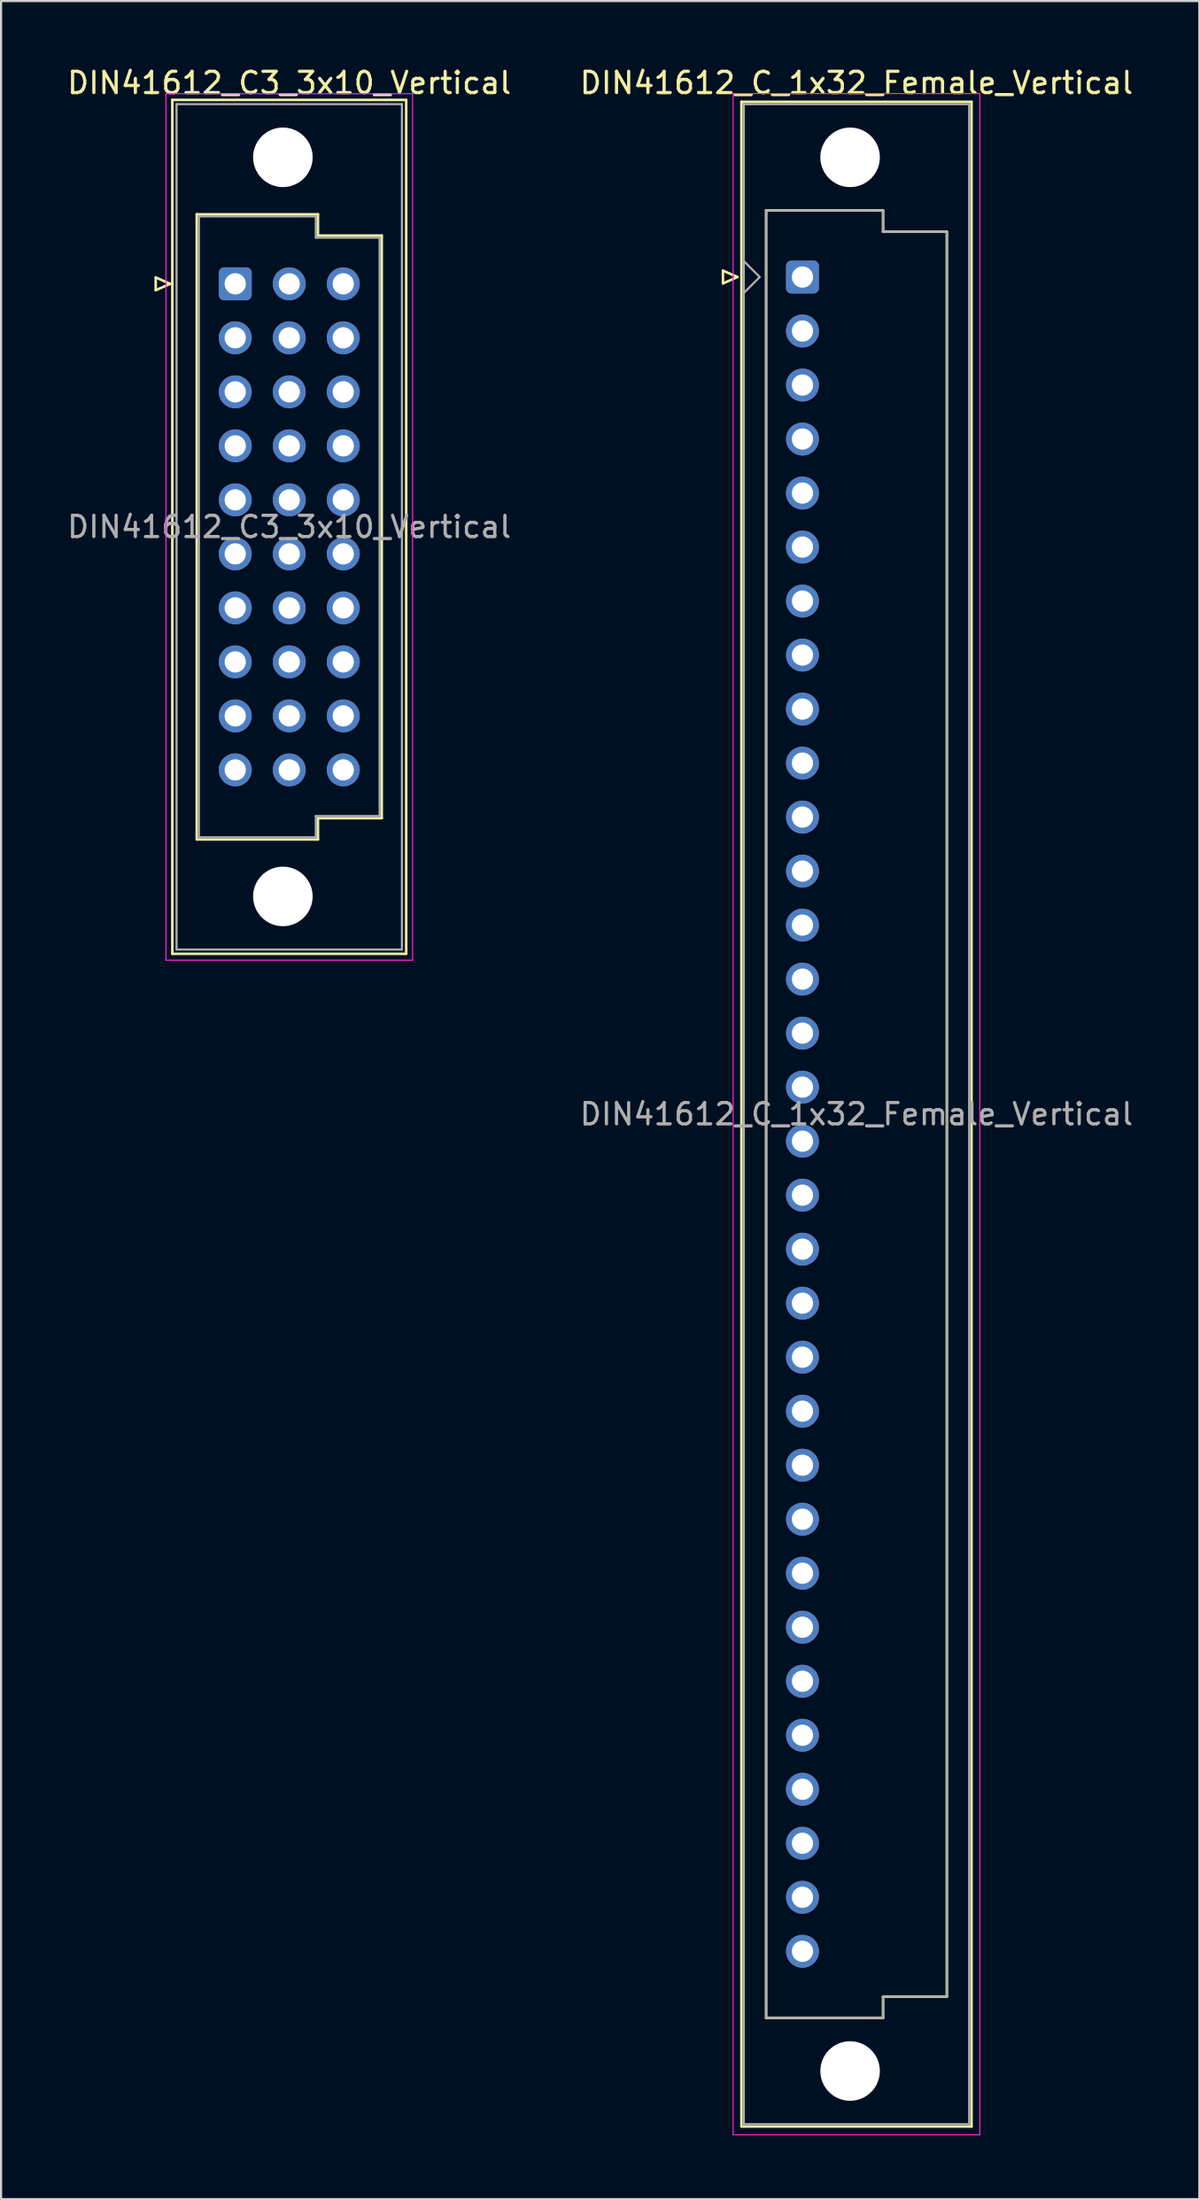
<source format=kicad_pcb>
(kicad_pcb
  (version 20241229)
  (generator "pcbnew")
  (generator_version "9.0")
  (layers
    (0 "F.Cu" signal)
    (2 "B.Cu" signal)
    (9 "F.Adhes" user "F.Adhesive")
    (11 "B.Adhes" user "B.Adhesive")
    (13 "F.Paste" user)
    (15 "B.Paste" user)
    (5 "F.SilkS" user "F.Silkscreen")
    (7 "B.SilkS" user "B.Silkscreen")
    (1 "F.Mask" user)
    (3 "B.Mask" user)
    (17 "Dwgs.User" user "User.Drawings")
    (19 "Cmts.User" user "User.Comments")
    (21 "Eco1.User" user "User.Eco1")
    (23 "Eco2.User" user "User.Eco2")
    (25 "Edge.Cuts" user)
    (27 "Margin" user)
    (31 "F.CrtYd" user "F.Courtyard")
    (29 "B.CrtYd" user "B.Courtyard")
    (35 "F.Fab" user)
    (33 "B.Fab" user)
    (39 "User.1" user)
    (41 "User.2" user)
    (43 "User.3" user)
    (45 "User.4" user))
  (footprint "DIN41612_C3_3x10_Vertical"
    (layer "F.Cu")
    (at 8.014 10.298)
    (property "Reference" "DIN41612_C3_3x10_Vertical" (at 2.54 -9.45 0) (layer "F.SilkS") (effects (font (size 1 1) (thickness 0.15))))
    (attr through_hole)
    (fp_line (start -3.74 -0.3) (end -3.74 0.3) (stroke (width 0.12) (type solid)) (layer "F.SilkS"))
    (fp_line (start -3.74 0.3) (end -3.06 0) (stroke (width 0.12) (type solid)) (layer "F.SilkS"))
    (fp_line (start -3.06 0) (end -3.74 -0.3) (stroke (width 0.12) (type solid)) (layer "F.SilkS"))
    (fp_line (start -2.96 -8.65) (end 8.04 -8.65) (stroke (width 0.12) (type solid)) (layer "F.SilkS"))
    (fp_line (start -2.96 31.51) (end -2.96 -8.65) (stroke (width 0.12) (type solid)) (layer "F.SilkS"))
    (fp_line (start -1.81 -3.27) (end 3.89 -3.27) (stroke (width 0.12) (type solid)) (layer "F.SilkS"))
    (fp_line (start -1.81 26.13) (end -1.81 -3.27) (stroke (width 0.12) (type solid)) (layer "F.SilkS"))
    (fp_line (start 3.89 -3.27) (end 3.89 -2.27) (stroke (width 0.12) (type solid)) (layer "F.SilkS"))
    (fp_line (start 3.89 -2.27) (end 6.89 -2.27) (stroke (width 0.12) (type solid)) (layer "F.SilkS"))
    (fp_line (start 3.89 25.13) (end 3.89 26.13) (stroke (width 0.12) (type solid)) (layer "F.SilkS"))
    (fp_line (start 3.89 26.13) (end -1.81 26.13) (stroke (width 0.12) (type solid)) (layer "F.SilkS"))
    (fp_line (start 6.89 -2.27) (end 6.89 25.13) (stroke (width 0.12) (type solid)) (layer "F.SilkS"))
    (fp_line (start 6.89 25.13) (end 3.89 25.13) (stroke (width 0.12) (type solid)) (layer "F.SilkS"))
    (fp_line (start 8.04 -8.65) (end 8.04 31.51) (stroke (width 0.12) (type solid)) (layer "F.SilkS"))
    (fp_line (start 8.04 31.51) (end -2.96 31.51) (stroke (width 0.12) (type solid)) (layer "F.SilkS"))
    (fp_line (start -3.26 -8.94) (end 8.34 -8.94) (stroke (width 0.05) (type solid)) (layer "F.CrtYd"))
    (fp_line (start -3.26 31.81) (end -3.26 -8.94) (stroke (width 0.05) (type solid)) (layer "F.CrtYd"))
    (fp_line (start 8.34 -8.94) (end 8.34 31.81) (stroke (width 0.05) (type solid)) (layer "F.CrtYd"))
    (fp_line (start 8.34 31.81) (end -3.26 31.81) (stroke (width 0.05) (type solid)) (layer "F.CrtYd"))
    (fp_line (start -2.76 -8.45) (end 7.84 -8.45) (stroke (width 0.1) (type solid)) (layer "F.Fab"))
    (fp_line (start -2.76 31.31) (end -2.76 -8.45) (stroke (width 0.1) (type solid)) (layer "F.Fab"))
    (fp_line (start -1.71 -3.17) (end 3.79 -3.17) (stroke (width 0.1) (type solid)) (layer "F.Fab"))
    (fp_line (start -1.71 26.03) (end -1.71 -3.17) (stroke (width 0.1) (type solid)) (layer "F.Fab"))
    (fp_line (start 3.79 -3.17) (end 3.79 -2.17) (stroke (width 0.1) (type solid)) (layer "F.Fab"))
    (fp_line (start 3.79 -2.17) (end 6.79 -2.17) (stroke (width 0.1) (type solid)) (layer "F.Fab"))
    (fp_line (start 3.79 25.03) (end 3.79 26.03) (stroke (width 0.1) (type solid)) (layer "F.Fab"))
    (fp_line (start 3.79 26.03) (end -1.71 26.03) (stroke (width 0.1) (type solid)) (layer "F.Fab"))
    (fp_line (start 6.79 -2.17) (end 6.79 25.03) (stroke (width 0.1) (type solid)) (layer "F.Fab"))
    (fp_line (start 6.79 25.03) (end 3.79 25.03) (stroke (width 0.1) (type solid)) (layer "F.Fab"))
    (fp_line (start 7.84 -8.45) (end 7.84 31.31) (stroke (width 0.1) (type solid)) (layer "F.Fab"))
    (fp_line (start 7.84 31.31) (end -2.76 31.31) (stroke (width 0.1) (type solid)) (layer "F.Fab"))
    (fp_text user "${REFERENCE}" (at 2.54 11.43 0) (layer "F.Fab") (effects (font (size 1 1) (thickness 0.15))))
    (pad "" np_thru_hole circle (at 2.24 -5.95) (size 2.8 2.8) (drill 2.8) (layers "*.Cu" "*.Mask"))
    (pad "" np_thru_hole circle (at 2.24 28.81) (size 2.8 2.8) (drill 2.8) (layers "*.Cu" "*.Mask"))
    (pad "a1" thru_hole roundrect (at 0 0) (size 1.55 1.55) (drill 1) (layers "*.Cu" "*.Mask") (roundrect_rratio 0.161))
    (pad "a2" thru_hole circle (at 0 2.54) (size 1.55 1.55) (drill 1) (layers "*.Cu" "*.Mask"))
    (pad "a3" thru_hole circle (at 0 5.08) (size 1.55 1.55) (drill 1) (layers "*.Cu" "*.Mask"))
    (pad "a4" thru_hole circle (at 0 7.62) (size 1.55 1.55) (drill 1) (layers "*.Cu" "*.Mask"))
    (pad "a5" thru_hole circle (at 0 10.16) (size 1.55 1.55) (drill 1) (layers "*.Cu" "*.Mask"))
    (pad "a6" thru_hole circle (at 0 12.7) (size 1.55 1.55) (drill 1) (layers "*.Cu" "*.Mask"))
    (pad "a7" thru_hole circle (at 0 15.24) (size 1.55 1.55) (drill 1) (layers "*.Cu" "*.Mask"))
    (pad "a8" thru_hole circle (at 0 17.78) (size 1.55 1.55) (drill 1) (layers "*.Cu" "*.Mask"))
    (pad "a9" thru_hole circle (at 0 20.32) (size 1.55 1.55) (drill 1) (layers "*.Cu" "*.Mask"))
    (pad "a10" thru_hole circle (at 0 22.86) (size 1.55 1.55) (drill 1) (layers "*.Cu" "*.Mask"))
    (pad "b1" thru_hole circle (at 2.54 0) (size 1.55 1.55) (drill 1) (layers "*.Cu" "*.Mask"))
    (pad "b2" thru_hole circle (at 2.54 2.54) (size 1.55 1.55) (drill 1) (layers "*.Cu" "*.Mask"))
    (pad "b3" thru_hole circle (at 2.54 5.08) (size 1.55 1.55) (drill 1) (layers "*.Cu" "*.Mask"))
    (pad "b4" thru_hole circle (at 2.54 7.62) (size 1.55 1.55) (drill 1) (layers "*.Cu" "*.Mask"))
    (pad "b5" thru_hole circle (at 2.54 10.16) (size 1.55 1.55) (drill 1) (layers "*.Cu" "*.Mask"))
    (pad "b6" thru_hole circle (at 2.54 12.7) (size 1.55 1.55) (drill 1) (layers "*.Cu" "*.Mask"))
    (pad "b7" thru_hole circle (at 2.54 15.24) (size 1.55 1.55) (drill 1) (layers "*.Cu" "*.Mask"))
    (pad "b8" thru_hole circle (at 2.54 17.78) (size 1.55 1.55) (drill 1) (layers "*.Cu" "*.Mask"))
    (pad "b9" thru_hole circle (at 2.54 20.32) (size 1.55 1.55) (drill 1) (layers "*.Cu" "*.Mask"))
    (pad "b10" thru_hole circle (at 2.54 22.86) (size 1.55 1.55) (drill 1) (layers "*.Cu" "*.Mask"))
    (pad "c1" thru_hole circle (at 5.08 0) (size 1.55 1.55) (drill 1) (layers "*.Cu" "*.Mask"))
    (pad "c2" thru_hole circle (at 5.08 2.54) (size 1.55 1.55) (drill 1) (layers "*.Cu" "*.Mask"))
    (pad "c3" thru_hole circle (at 5.08 5.08) (size 1.55 1.55) (drill 1) (layers "*.Cu" "*.Mask"))
    (pad "c4" thru_hole circle (at 5.08 7.62) (size 1.55 1.55) (drill 1) (layers "*.Cu" "*.Mask"))
    (pad "c5" thru_hole circle (at 5.08 10.16) (size 1.55 1.55) (drill 1) (layers "*.Cu" "*.Mask"))
    (pad "c6" thru_hole circle (at 5.08 12.7) (size 1.55 1.55) (drill 1) (layers "*.Cu" "*.Mask"))
    (pad "c7" thru_hole circle (at 5.08 15.24) (size 1.55 1.55) (drill 1) (layers "*.Cu" "*.Mask"))
    (pad "c8" thru_hole circle (at 5.08 17.78) (size 1.55 1.55) (drill 1) (layers "*.Cu" "*.Mask"))
    (pad "c9" thru_hole circle (at 5.08 20.32) (size 1.55 1.55) (drill 1) (layers "*.Cu" "*.Mask"))
    (pad "c10" thru_hole circle (at 5.08 22.86) (size 1.55 1.55) (drill 1) (layers "*.Cu" "*.Mask")))
  (footprint "DIN41612_C_1x32_Female_Vertical"
    (layer "F.Cu")
    (at 34.692 9.978)
    (property "Reference" "DIN41612_C_1x32_Female_Vertical" (at 2.54 -9.13 0) (layer "F.SilkS") (effects (font (size 1 1) (thickness 0.15))))
    (attr through_hole)
    (fp_line (start -3.74 -0.3) (end -3.74 0.3) (stroke (width 0.12) (type solid)) (layer "F.SilkS"))
    (fp_line (start -3.74 0.3) (end -3.06 0) (stroke (width 0.12) (type solid)) (layer "F.SilkS"))
    (fp_line (start -3.06 0) (end -3.74 -0.3) (stroke (width 0.12) (type solid)) (layer "F.SilkS"))
    (fp_line (start -2.87 -8.24) (end 7.95 -8.24) (stroke (width 0.12) (type solid)) (layer "F.SilkS"))
    (fp_line (start -2.87 86.98) (end -2.87 -8.24) (stroke (width 0.12) (type solid)) (layer "F.SilkS"))
    (fp_line (start -1.71 -3.13) (end 3.79 -3.13) (stroke (width 0.12) (type solid)) (layer "F.SilkS"))
    (fp_line (start -1.71 81.87) (end -1.71 -3.13) (stroke (width 0.12) (type solid)) (layer "F.SilkS"))
    (fp_line (start 3.79 -3.13) (end 3.79 -2.13) (stroke (width 0.12) (type solid)) (layer "F.SilkS"))
    (fp_line (start 3.79 -2.13) (end 6.79 -2.13) (stroke (width 0.12) (type solid)) (layer "F.SilkS"))
    (fp_line (start 3.79 80.87) (end 3.79 81.87) (stroke (width 0.12) (type solid)) (layer "F.SilkS"))
    (fp_line (start 3.79 81.87) (end -1.71 81.87) (stroke (width 0.12) (type solid)) (layer "F.SilkS"))
    (fp_line (start 6.79 -2.13) (end 6.79 80.87) (stroke (width 0.12) (type solid)) (layer "F.SilkS"))
    (fp_line (start 6.79 80.87) (end 3.79 80.87) (stroke (width 0.12) (type solid)) (layer "F.SilkS"))
    (fp_line (start 7.95 -8.24) (end 7.95 86.98) (stroke (width 0.12) (type solid)) (layer "F.SilkS"))
    (fp_line (start 7.95 86.98) (end -2.87 86.98) (stroke (width 0.12) (type solid)) (layer "F.SilkS"))
    (fp_line (start -3.26 -8.63) (end 8.34 -8.63) (stroke (width 0.05) (type solid)) (layer "F.CrtYd"))
    (fp_line (start -3.26 87.37) (end -3.26 -8.63) (stroke (width 0.05) (type solid)) (layer "F.CrtYd"))
    (fp_line (start 8.34 -8.63) (end 8.34 87.37) (stroke (width 0.05) (type solid)) (layer "F.CrtYd"))
    (fp_line (start 8.34 87.37) (end -3.26 87.37) (stroke (width 0.05) (type solid)) (layer "F.CrtYd"))
    (fp_line (start -2.76 -8.13) (end 7.84 -8.13) (stroke (width 0.1) (type solid)) (layer "F.Fab"))
    (fp_line (start -2.76 -0.75) (end -2.01 0) (stroke (width 0.1) (type solid)) (layer "F.Fab"))
    (fp_line (start -2.76 86.87) (end -2.76 -8.13) (stroke (width 0.1) (type solid)) (layer "F.Fab"))
    (fp_line (start -2.01 0) (end -2.76 0.75) (stroke (width 0.1) (type solid)) (layer "F.Fab"))
    (fp_line (start -1.71 -3.13) (end 3.79 -3.13) (stroke (width 0.1) (type solid)) (layer "F.Fab"))
    (fp_line (start -1.71 81.87) (end -1.71 -3.13) (stroke (width 0.1) (type solid)) (layer "F.Fab"))
    (fp_line (start 3.79 -3.13) (end 3.79 -2.13) (stroke (width 0.1) (type solid)) (layer "F.Fab"))
    (fp_line (start 3.79 -2.13) (end 6.79 -2.13) (stroke (width 0.1) (type solid)) (layer "F.Fab"))
    (fp_line (start 3.79 80.87) (end 3.79 81.87) (stroke (width 0.1) (type solid)) (layer "F.Fab"))
    (fp_line (start 3.79 81.87) (end -1.71 81.87) (stroke (width 0.1) (type solid)) (layer "F.Fab"))
    (fp_line (start 6.79 -2.13) (end 6.79 80.87) (stroke (width 0.1) (type solid)) (layer "F.Fab"))
    (fp_line (start 6.79 80.87) (end 3.79 80.87) (stroke (width 0.1) (type solid)) (layer "F.Fab"))
    (fp_line (start 7.84 -8.13) (end 7.84 86.87) (stroke (width 0.1) (type solid)) (layer "F.Fab"))
    (fp_line (start 7.84 86.87) (end -2.76 86.87) (stroke (width 0.1) (type solid)) (layer "F.Fab"))
    (fp_text user "${REFERENCE}" (at 2.54 39.37 0) (layer "F.Fab") (effects (font (size 1 1) (thickness 0.15))))
    (pad "" np_thru_hole circle (at 2.24 -5.63) (size 2.8 2.8) (drill 2.8) (layers "*.Cu" "*.Mask"))
    (pad "" np_thru_hole circle (at 2.24 84.37) (size 2.8 2.8) (drill 2.8) (layers "*.Cu" "*.Mask"))
    (pad "a1" thru_hole roundrect (at 0 0) (size 1.55 1.55) (drill 1) (layers "*.Cu" "*.Mask") (roundrect_rratio 0.161))
    (pad "a2" thru_hole circle (at 0 2.54) (size 1.55 1.55) (drill 1) (layers "*.Cu" "*.Mask"))
    (pad "a3" thru_hole circle (at 0 5.08) (size 1.55 1.55) (drill 1) (layers "*.Cu" "*.Mask"))
    (pad "a4" thru_hole circle (at 0 7.62) (size 1.55 1.55) (drill 1) (layers "*.Cu" "*.Mask"))
    (pad "a5" thru_hole circle (at 0 10.16) (size 1.55 1.55) (drill 1) (layers "*.Cu" "*.Mask"))
    (pad "a6" thru_hole circle (at 0 12.7) (size 1.55 1.55) (drill 1) (layers "*.Cu" "*.Mask"))
    (pad "a7" thru_hole circle (at 0 15.24) (size 1.55 1.55) (drill 1) (layers "*.Cu" "*.Mask"))
    (pad "a8" thru_hole circle (at 0 17.78) (size 1.55 1.55) (drill 1) (layers "*.Cu" "*.Mask"))
    (pad "a9" thru_hole circle (at 0 20.32) (size 1.55 1.55) (drill 1) (layers "*.Cu" "*.Mask"))
    (pad "a10" thru_hole circle (at 0 22.86) (size 1.55 1.55) (drill 1) (layers "*.Cu" "*.Mask"))
    (pad "a11" thru_hole circle (at 0 25.4) (size 1.55 1.55) (drill 1) (layers "*.Cu" "*.Mask"))
    (pad "a12" thru_hole circle (at 0 27.94) (size 1.55 1.55) (drill 1) (layers "*.Cu" "*.Mask"))
    (pad "a13" thru_hole circle (at 0 30.48) (size 1.55 1.55) (drill 1) (layers "*.Cu" "*.Mask"))
    (pad "a14" thru_hole circle (at 0 33.02) (size 1.55 1.55) (drill 1) (layers "*.Cu" "*.Mask"))
    (pad "a15" thru_hole circle (at 0 35.56) (size 1.55 1.55) (drill 1) (layers "*.Cu" "*.Mask"))
    (pad "a16" thru_hole circle (at 0 38.1) (size 1.55 1.55) (drill 1) (layers "*.Cu" "*.Mask"))
    (pad "a17" thru_hole circle (at 0 40.64) (size 1.55 1.55) (drill 1) (layers "*.Cu" "*.Mask"))
    (pad "a18" thru_hole circle (at 0 43.18) (size 1.55 1.55) (drill 1) (layers "*.Cu" "*.Mask"))
    (pad "a19" thru_hole circle (at 0 45.72) (size 1.55 1.55) (drill 1) (layers "*.Cu" "*.Mask"))
    (pad "a20" thru_hole circle (at 0 48.26) (size 1.55 1.55) (drill 1) (layers "*.Cu" "*.Mask"))
    (pad "a21" thru_hole circle (at 0 50.8) (size 1.55 1.55) (drill 1) (layers "*.Cu" "*.Mask"))
    (pad "a22" thru_hole circle (at 0 53.34) (size 1.55 1.55) (drill 1) (layers "*.Cu" "*.Mask"))
    (pad "a23" thru_hole circle (at 0 55.88) (size 1.55 1.55) (drill 1) (layers "*.Cu" "*.Mask"))
    (pad "a24" thru_hole circle (at 0 58.42) (size 1.55 1.55) (drill 1) (layers "*.Cu" "*.Mask"))
    (pad "a25" thru_hole circle (at 0 60.96) (size 1.55 1.55) (drill 1) (layers "*.Cu" "*.Mask"))
    (pad "a26" thru_hole circle (at 0 63.5) (size 1.55 1.55) (drill 1) (layers "*.Cu" "*.Mask"))
    (pad "a27" thru_hole circle (at 0 66.04) (size 1.55 1.55) (drill 1) (layers "*.Cu" "*.Mask"))
    (pad "a28" thru_hole circle (at 0 68.58) (size 1.55 1.55) (drill 1) (layers "*.Cu" "*.Mask"))
    (pad "a29" thru_hole circle (at 0 71.12) (size 1.55 1.55) (drill 1) (layers "*.Cu" "*.Mask"))
    (pad "a30" thru_hole circle (at 0 73.66) (size 1.55 1.55) (drill 1) (layers "*.Cu" "*.Mask"))
    (pad "a31" thru_hole circle (at 0 76.2) (size 1.55 1.55) (drill 1) (layers "*.Cu" "*.Mask"))
    (pad "a32" thru_hole circle (at 0 78.74) (size 1.55 1.55) (drill 1) (layers "*.Cu" "*.Mask")))
  (gr_rect
    (start -3 -3)
    (end 53.357 100.373)
    (stroke (width 0.1) (type default))
    (fill no)
    (layer "Edge.Cuts")))
</source>
